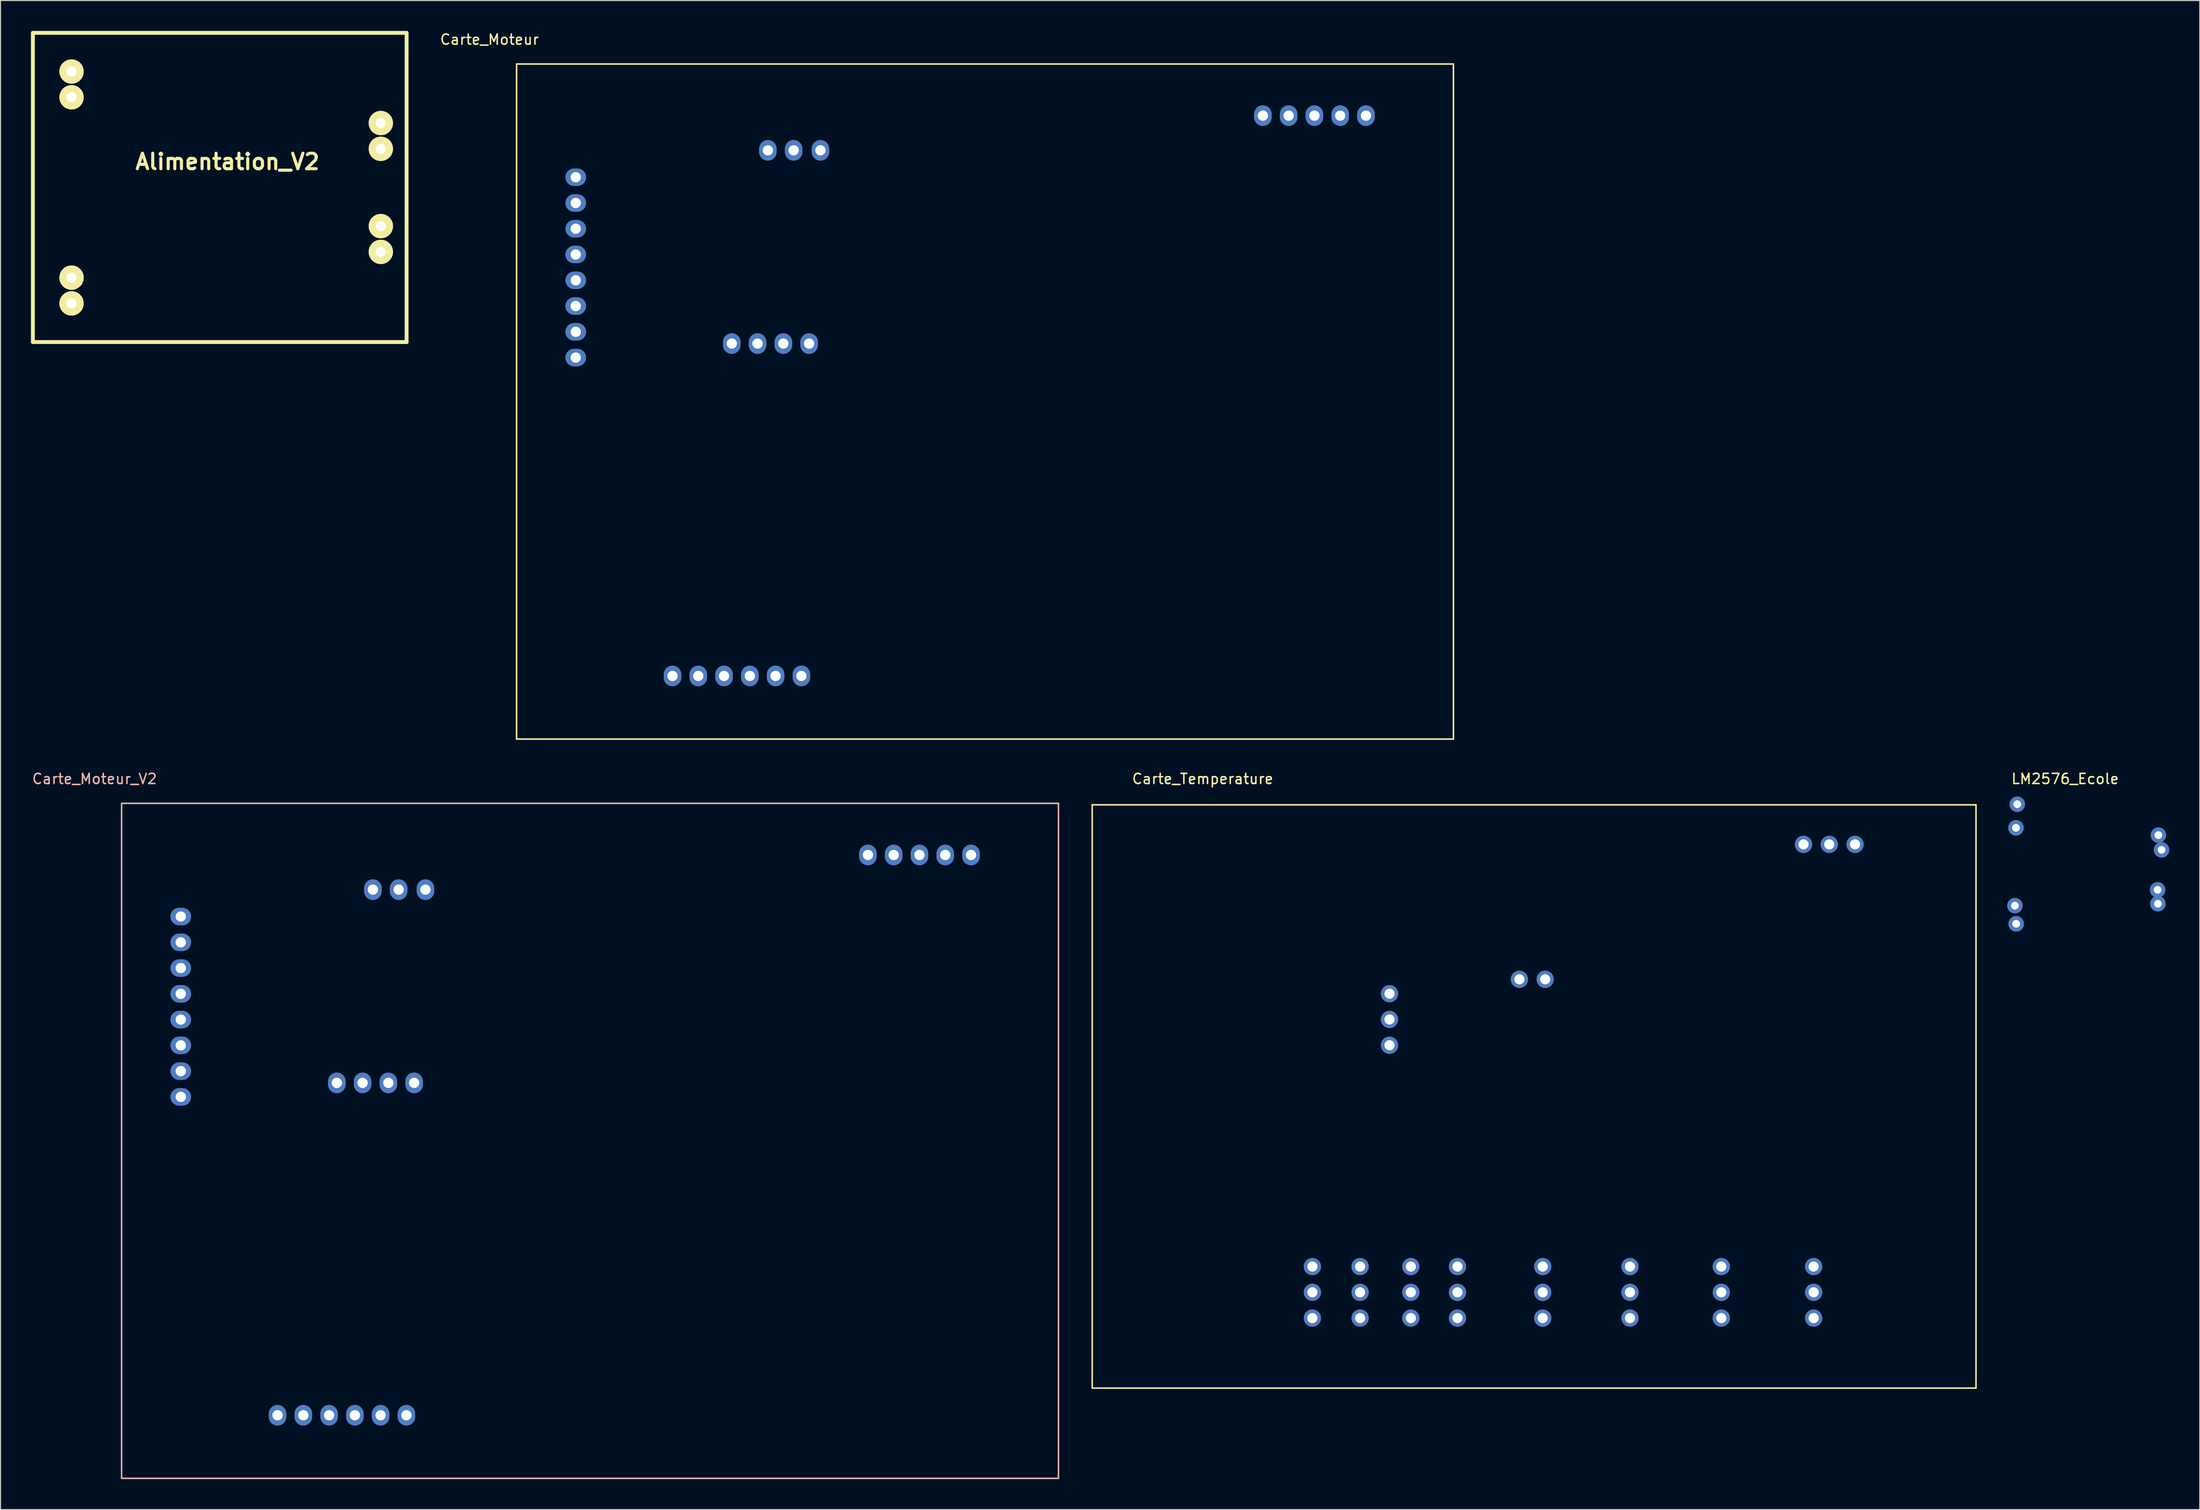
<source format=kicad_pcb>
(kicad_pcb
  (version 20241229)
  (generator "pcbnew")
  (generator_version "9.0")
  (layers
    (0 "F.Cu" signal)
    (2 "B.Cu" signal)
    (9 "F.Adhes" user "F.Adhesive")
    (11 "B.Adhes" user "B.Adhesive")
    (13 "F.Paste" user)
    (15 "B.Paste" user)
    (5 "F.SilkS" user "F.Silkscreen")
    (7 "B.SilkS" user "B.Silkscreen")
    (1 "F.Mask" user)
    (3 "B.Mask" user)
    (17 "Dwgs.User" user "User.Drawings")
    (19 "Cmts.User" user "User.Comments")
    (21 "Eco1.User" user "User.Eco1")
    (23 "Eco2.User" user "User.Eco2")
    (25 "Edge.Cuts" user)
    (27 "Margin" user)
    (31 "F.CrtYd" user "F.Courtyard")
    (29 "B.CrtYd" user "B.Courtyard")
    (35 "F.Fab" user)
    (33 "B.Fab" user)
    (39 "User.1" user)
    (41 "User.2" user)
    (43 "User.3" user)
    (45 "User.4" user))
  (footprint "LM2576_Ecole"
    (layer "F.Cu")
    (at 195.446 75.763)
    (property "Reference" "LM2576_Ecole" (at 5.03 -2.03 0) (layer "F.SilkS") (effects (font (size 1 1) (thickness 0.15))))
    (attr through_hole)
    (pad "1" thru_hole circle (at 0.31 0.47) (size 1.524 1.524) (drill 0.762) (layers "*.Cu" "*.Mask"))
    (pad "2" thru_hole circle (at 0.18 2.8) (size 1.524 1.524) (drill 0.762) (layers "*.Cu" "*.Mask"))
    (pad "3" thru_hole circle (at 0.08 10.47) (size 1.524 1.524) (drill 0.762) (layers "*.Cu" "*.Mask"))
    (pad "4" thru_hole circle (at 0.2 12.26) (size 1.524 1.524) (drill 0.762) (layers "*.Cu" "*.Mask"))
    (pad "6" thru_hole circle (at 14.22 3.52) (size 1.524 1.524) (drill 0.762) (layers "*.Cu" "*.Mask"))
    (pad "7" thru_hole circle (at 14.53 4.97) (size 1.524 1.524) (drill 0.762) (layers "*.Cu" "*.Mask"))
    (pad "8" thru_hole circle (at 14.14 8.91) (size 1.524 1.524) (drill 0.762) (layers "*.Cu" "*.Mask"))
    (pad "9" thru_hole circle (at 14.17 10.28) (size 1.524 1.524) (drill 0.762) (layers "*.Cu" "*.Mask")))
  (footprint "Carte_Moteur"
    (layer "F.Cu")
    (at 47.87 3.271)
    (property "Reference" "Carte_Moteur" (at -2.677 -2.423 0) (layer "F.SilkS") (effects (font (size 1 1) (thickness 0.15))))
    (attr through_hole)
    (fp_line (start -0.01 -0.01) (end -0.01 66.538) (stroke (width 0.15) (type solid)) (layer "F.SilkS"))
    (fp_line (start -0.01 66.538) (end 92.319 66.538) (stroke (width 0.15) (type solid)) (layer "F.SilkS"))
    (fp_line (start 92.319 -0.01) (end -0.01 -0.01) (stroke (width 0.15) (type solid)) (layer "F.SilkS"))
    (fp_line (start 92.319 66.538) (end 92.319 -0.01) (stroke (width 0.15) (type solid)) (layer "F.SilkS"))
    (pad "1" thru_hole oval (at 21.199 27.549) (size 1.727 2.032) (drill 1.016) (layers "*.Cu" "*.Mask"))
    (pad "2" thru_hole oval (at 23.739 27.549) (size 1.727 2.032) (drill 1.016) (layers "*.Cu" "*.Mask"))
    (pad "3" thru_hole oval (at 26.279 27.549) (size 1.727 2.032) (drill 1.016) (layers "*.Cu" "*.Mask"))
    (pad "4" thru_hole oval (at 28.819 27.549) (size 1.727 2.032) (drill 1.016) (layers "*.Cu" "*.Mask"))
    (pad "5" thru_hole oval (at 5.82 11.15) (size 2.032 1.727) (drill 1.016) (layers "*.Cu" "*.Mask"))
    (pad "6" thru_hole oval (at 5.82 13.69) (size 2.032 1.727) (drill 1.016) (layers "*.Cu" "*.Mask"))
    (pad "7" thru_hole oval (at 5.82 16.23) (size 2.032 1.727) (drill 1.016) (layers "*.Cu" "*.Mask"))
    (pad "8" thru_hole oval (at 5.82 18.77) (size 2.032 1.727) (drill 1.016) (layers "*.Cu" "*.Mask"))
    (pad "9" thru_hole oval (at 5.82 21.31) (size 2.032 1.727) (drill 1.016) (layers "*.Cu" "*.Mask"))
    (pad "10" thru_hole oval (at 5.82 23.85) (size 2.032 1.727) (drill 1.016) (layers "*.Cu" "*.Mask"))
    (pad "11" thru_hole oval (at 5.82 26.39) (size 2.032 1.727) (drill 1.016) (layers "*.Cu" "*.Mask"))
    (pad "12" thru_hole oval (at 5.82 28.93) (size 2.032 1.727) (drill 1.016) (layers "*.Cu" "*.Mask"))
    (pad "13" thru_hole oval (at 28.057 60.315) (size 1.727 2.032) (drill 1.016) (layers "*.Cu" "*.Mask"))
    (pad "14" thru_hole oval (at 25.517 60.315) (size 1.727 2.032) (drill 1.016) (layers "*.Cu" "*.Mask"))
    (pad "15" thru_hole oval (at 22.977 60.315) (size 1.727 2.032) (drill 1.016) (layers "*.Cu" "*.Mask"))
    (pad "16" thru_hole oval (at 20.437 60.315) (size 1.727 2.032) (drill 1.016) (layers "*.Cu" "*.Mask"))
    (pad "17" thru_hole oval (at 17.897 60.315) (size 1.727 2.032) (drill 1.016) (layers "*.Cu" "*.Mask"))
    (pad "18" thru_hole oval (at 15.357 60.315) (size 1.727 2.032) (drill 1.016) (layers "*.Cu" "*.Mask"))
    (pad "19" thru_hole oval (at 83.7 5.08) (size 1.727 2.032) (drill 1.016) (layers "*.Cu" "*.Mask"))
    (pad "20" thru_hole oval (at 81.16 5.08) (size 1.727 2.032) (drill 1.016) (layers "*.Cu" "*.Mask"))
    (pad "21" thru_hole oval (at 78.62 5.08) (size 1.727 2.032) (drill 1.016) (layers "*.Cu" "*.Mask"))
    (pad "22" thru_hole oval (at 76.08 5.08) (size 1.727 2.032) (drill 1.016) (layers "*.Cu" "*.Mask"))
    (pad "23" thru_hole oval (at 73.54 5.08) (size 1.727 2.032) (drill 1.016) (layers "*.Cu" "*.Mask"))
    (pad "24" thru_hole oval (at 29.935 8.499) (size 1.727 2.032) (drill 1.016) (layers "*.Cu" "*.Mask"))
    (pad "25" thru_hole oval (at 27.295 8.499) (size 1.727 2.032) (drill 1.016) (layers "*.Cu" "*.Mask"))
    (pad "26" thru_hole oval (at 24.755 8.499) (size 1.727 2.032) (drill 1.016) (layers "*.Cu" "*.Mask")))
  (footprint "Carte_Temperature"
    (layer "F.Cu")
    (at 104.589 76.293)
    (property "Reference" "Carte_Temperature" (at 10.89 -2.56 0) (layer "F.SilkS") (effects (font (size 1 1) (thickness 0.15))))
    (attr through_hole)
    (fp_line (start 0 0) (end 87.1 0) (stroke (width 0.15) (type solid)) (layer "F.SilkS"))
    (fp_line (start 0 57.5) (end 0 0) (stroke (width 0.15) (type solid)) (layer "F.SilkS"))
    (fp_line (start 87.1 0) (end 87.1 57.5) (stroke (width 0.15) (type solid)) (layer "F.SilkS"))
    (fp_line (start 87.1 57.5) (end 0 57.5) (stroke (width 0.15) (type solid)) (layer "F.SilkS"))
    (pad "1" thru_hole circle (at 70.1 3.9) (size 1.7 1.7) (drill 1) (layers "*.Cu" "*.Mask"))
    (pad "2" thru_hole circle (at 72.64 3.9) (size 1.7 1.7) (drill 1) (layers "*.Cu" "*.Mask"))
    (pad "3" thru_hole circle (at 75.18 3.9) (size 1.7 1.7) (drill 1) (layers "*.Cu" "*.Mask"))
    (pad "4" thru_hole circle (at 42.1 17.2) (size 1.7 1.7) (drill 1) (layers "*.Cu" "*.Mask"))
    (pad "5" thru_hole circle (at 44.64 17.2) (size 1.7 1.7) (drill 1) (layers "*.Cu" "*.Mask"))
    (pad "6" thru_hole circle (at 29.3 23.7) (size 1.7 1.7) (drill 1) (layers "*.Cu" "*.Mask"))
    (pad "7" thru_hole circle (at 29.3 21.16) (size 1.7 1.7) (drill 1) (layers "*.Cu" "*.Mask"))
    (pad "8" thru_hole circle (at 29.3 18.62) (size 1.7 1.7) (drill 1) (layers "*.Cu" "*.Mask"))
    (pad "9" thru_hole circle (at 36 50.6) (size 1.7 1.7) (drill 1) (layers "*.Cu" "*.Mask"))
    (pad "10" thru_hole circle (at 36 48.06) (size 1.7 1.7) (drill 1) (layers "*.Cu" "*.Mask"))
    (pad "11" thru_hole circle (at 36 45.52) (size 1.7 1.7) (drill 1) (layers "*.Cu" "*.Mask"))
    (pad "12" thru_hole circle (at 31.4 50.6) (size 1.7 1.7) (drill 1) (layers "*.Cu" "*.Mask"))
    (pad "13" thru_hole circle (at 31.4 48.06) (size 1.7 1.7) (drill 1) (layers "*.Cu" "*.Mask"))
    (pad "14" thru_hole circle (at 31.4 45.52) (size 1.7 1.7) (drill 1) (layers "*.Cu" "*.Mask"))
    (pad "15" thru_hole circle (at 26.4 50.6) (size 1.7 1.7) (drill 1) (layers "*.Cu" "*.Mask"))
    (pad "16" thru_hole circle (at 26.4 48.06) (size 1.7 1.7) (drill 1) (layers "*.Cu" "*.Mask"))
    (pad "17" thru_hole circle (at 26.4 45.52) (size 1.7 1.7) (drill 1) (layers "*.Cu" "*.Mask"))
    (pad "18" thru_hole circle (at 21.7 50.6) (size 1.7 1.7) (drill 1) (layers "*.Cu" "*.Mask"))
    (pad "19" thru_hole circle (at 21.7 48.06) (size 1.7 1.7) (drill 1) (layers "*.Cu" "*.Mask"))
    (pad "20" thru_hole circle (at 21.7 45.52) (size 1.7 1.7) (drill 1) (layers "*.Cu" "*.Mask"))
    (pad "21" thru_hole circle (at 71.1 45.52) (size 1.7 1.7) (drill 1) (layers "*.Cu" "*.Mask"))
    (pad "22" thru_hole circle (at 71.1 48.06) (size 1.7 1.7) (drill 1) (layers "*.Cu" "*.Mask"))
    (pad "23" thru_hole circle (at 71.1 50.6) (size 1.7 1.7) (drill 1) (layers "*.Cu" "*.Mask"))
    (pad "24" thru_hole circle (at 62 45.52) (size 1.7 1.7) (drill 1) (layers "*.Cu" "*.Mask"))
    (pad "25" thru_hole circle (at 62 48.06) (size 1.7 1.7) (drill 1) (layers "*.Cu" "*.Mask"))
    (pad "26" thru_hole circle (at 62 50.6) (size 1.7 1.7) (drill 1) (layers "*.Cu" "*.Mask"))
    (pad "27" thru_hole circle (at 53 45.52) (size 1.7 1.7) (drill 1) (layers "*.Cu" "*.Mask"))
    (pad "28" thru_hole circle (at 53 48.06) (size 1.7 1.7) (drill 1) (layers "*.Cu" "*.Mask"))
    (pad "29" thru_hole circle (at 53 50.6) (size 1.7 1.7) (drill 1) (layers "*.Cu" "*.Mask"))
    (pad "30" thru_hole circle (at 44.4 45.52) (size 1.7 1.7) (drill 1) (layers "*.Cu" "*.Mask"))
    (pad "31" thru_hole circle (at 44.4 48.06) (size 1.7 1.7) (drill 1) (layers "*.Cu" "*.Mask"))
    (pad "32" thru_hole circle (at 44.4 50.6) (size 1.7 1.7) (drill 1) (layers "*.Cu" "*.Mask")))
  (footprint "Alimentation_V2"
    (layer "F.Cu")
    (at 19.241 15.431)
    (property "Reference" "Alimentation_V2" (at 0.127 -2.54 0) (layer "F.SilkS") (effects (font (size 1.524 1.524) (thickness 0.305))))
    (attr through_hole)
    (fp_line (start -19.05 -15.24) (end -19.05 15.24) (stroke (width 0.381) (type solid)) (layer "F.SilkS"))
    (fp_line (start -19.05 15.24) (end 17.78 15.24) (stroke (width 0.381) (type solid)) (layer "F.SilkS"))
    (fp_line (start 17.78 -15.24) (end -19.05 -15.24) (stroke (width 0.381) (type solid)) (layer "F.SilkS"))
    (fp_line (start 17.78 15.24) (end 17.78 -15.24) (stroke (width 0.381) (type solid)) (layer "F.SilkS"))
    (pad "1" thru_hole circle (at -15.24 -11.43) (size 2.4 2.4) (drill 1) (layers "*.Cu" "*.Mask" "F.SilkS"))
    (pad "1" thru_hole circle (at -15.24 -8.89) (size 2.4 2.4) (drill 1) (layers "*.Cu" "*.Mask" "F.SilkS"))
    (pad "2" thru_hole circle (at -15.24 8.89) (size 2.4 2.4) (drill 1) (layers "*.Cu" "*.Mask" "F.SilkS"))
    (pad "2" thru_hole circle (at -15.24 11.43) (size 2.4 2.4) (drill 1) (layers "*.Cu" "*.Mask" "F.SilkS"))
    (pad "3" thru_hole circle (at 15.24 3.81) (size 2.4 2.4) (drill 1) (layers "*.Cu" "*.Mask" "F.SilkS"))
    (pad "3" thru_hole circle (at 15.24 6.35) (size 2.4 2.4) (drill 1) (layers "*.Cu" "*.Mask" "F.SilkS"))
    (pad "4" thru_hole circle (at 15.24 -6.35) (size 2.4 2.4) (drill 1) (layers "*.Cu" "*.Mask" "F.SilkS"))
    (pad "4" thru_hole circle (at 15.24 -3.81) (size 2.4 2.4) (drill 1) (layers "*.Cu" "*.Mask" "F.SilkS")))
  (footprint "Carte_Moteur_V2"
    (layer "F.Cu")
    (at 8.945 76.156)
    (property "Reference" "Carte_Moteur_V2" (at -2.677 -2.423 0) (layer "B.SilkS") (effects (font (size 1 1) (thickness 0.15))))
    (attr through_hole)
    (fp_line (start -0.01 -0.01) (end -0.01 66.538) (stroke (width 0.15) (type solid)) (layer "B.SilkS"))
    (fp_line (start -0.01 66.538) (end 92.319 66.538) (stroke (width 0.15) (type solid)) (layer "B.SilkS"))
    (fp_line (start 92.319 -0.01) (end -0.01 -0.01) (stroke (width 0.15) (type solid)) (layer "B.SilkS"))
    (fp_line (start 92.319 66.538) (end 92.319 -0.01) (stroke (width 0.15) (type solid)) (layer "B.SilkS"))
    (pad "1" thru_hole oval (at 21.199 27.549) (size 1.727 2.032) (drill 1.016) (layers "*.Cu" "*.Mask"))
    (pad "2" thru_hole oval (at 23.739 27.549) (size 1.727 2.032) (drill 1.016) (layers "*.Cu" "*.Mask"))
    (pad "3" thru_hole oval (at 26.279 27.549) (size 1.727 2.032) (drill 1.016) (layers "*.Cu" "*.Mask"))
    (pad "4" thru_hole oval (at 28.819 27.549) (size 1.727 2.032) (drill 1.016) (layers "*.Cu" "*.Mask"))
    (pad "5" thru_hole oval (at 5.82 11.15) (size 2.032 1.727) (drill 1.016) (layers "*.Cu" "*.Mask"))
    (pad "6" thru_hole oval (at 5.82 13.69) (size 2.032 1.727) (drill 1.016) (layers "*.Cu" "*.Mask"))
    (pad "7" thru_hole oval (at 5.82 16.23) (size 2.032 1.727) (drill 1.016) (layers "*.Cu" "*.Mask"))
    (pad "8" thru_hole oval (at 5.82 18.77) (size 2.032 1.727) (drill 1.016) (layers "*.Cu" "*.Mask"))
    (pad "9" thru_hole oval (at 5.82 21.31) (size 2.032 1.727) (drill 1.016) (layers "*.Cu" "*.Mask"))
    (pad "10" thru_hole oval (at 5.82 23.85) (size 2.032 1.727) (drill 1.016) (layers "*.Cu" "*.Mask"))
    (pad "11" thru_hole oval (at 5.82 26.39) (size 2.032 1.727) (drill 1.016) (layers "*.Cu" "*.Mask"))
    (pad "12" thru_hole oval (at 5.82 28.93) (size 2.032 1.727) (drill 1.016) (layers "*.Cu" "*.Mask"))
    (pad "13" thru_hole oval (at 28.057 60.315) (size 1.727 2.032) (drill 1.016) (layers "*.Cu" "*.Mask"))
    (pad "14" thru_hole oval (at 25.517 60.315) (size 1.727 2.032) (drill 1.016) (layers "*.Cu" "*.Mask"))
    (pad "15" thru_hole oval (at 22.977 60.315) (size 1.727 2.032) (drill 1.016) (layers "*.Cu" "*.Mask"))
    (pad "16" thru_hole oval (at 20.437 60.315) (size 1.727 2.032) (drill 1.016) (layers "*.Cu" "*.Mask"))
    (pad "17" thru_hole oval (at 17.897 60.315) (size 1.727 2.032) (drill 1.016) (layers "*.Cu" "*.Mask"))
    (pad "18" thru_hole oval (at 15.357 60.315) (size 1.727 2.032) (drill 1.016) (layers "*.Cu" "*.Mask"))
    (pad "19" thru_hole oval (at 83.7 5.08) (size 1.727 2.032) (drill 1.016) (layers "*.Cu" "*.Mask"))
    (pad "20" thru_hole oval (at 81.16 5.08) (size 1.727 2.032) (drill 1.016) (layers "*.Cu" "*.Mask"))
    (pad "21" thru_hole oval (at 78.62 5.08) (size 1.727 2.032) (drill 1.016) (layers "*.Cu" "*.Mask"))
    (pad "22" thru_hole oval (at 76.08 5.08) (size 1.727 2.032) (drill 1.016) (layers "*.Cu" "*.Mask"))
    (pad "23" thru_hole oval (at 73.54 5.08) (size 1.727 2.032) (drill 1.016) (layers "*.Cu" "*.Mask"))
    (pad "24" thru_hole oval (at 29.935 8.499) (size 1.727 2.032) (drill 1.016) (layers "*.Cu" "*.Mask"))
    (pad "25" thru_hole oval (at 27.295 8.499) (size 1.727 2.032) (drill 1.016) (layers "*.Cu" "*.Mask"))
    (pad "26" thru_hole oval (at 24.755 8.499) (size 1.727 2.032) (drill 1.016) (layers "*.Cu" "*.Mask")))
  (gr_rect
    (start -3 -3)
    (end 213.738 145.768)
    (stroke (width 0.1) (type default))
    (fill no)
    (layer "Edge.Cuts")))
</source>
